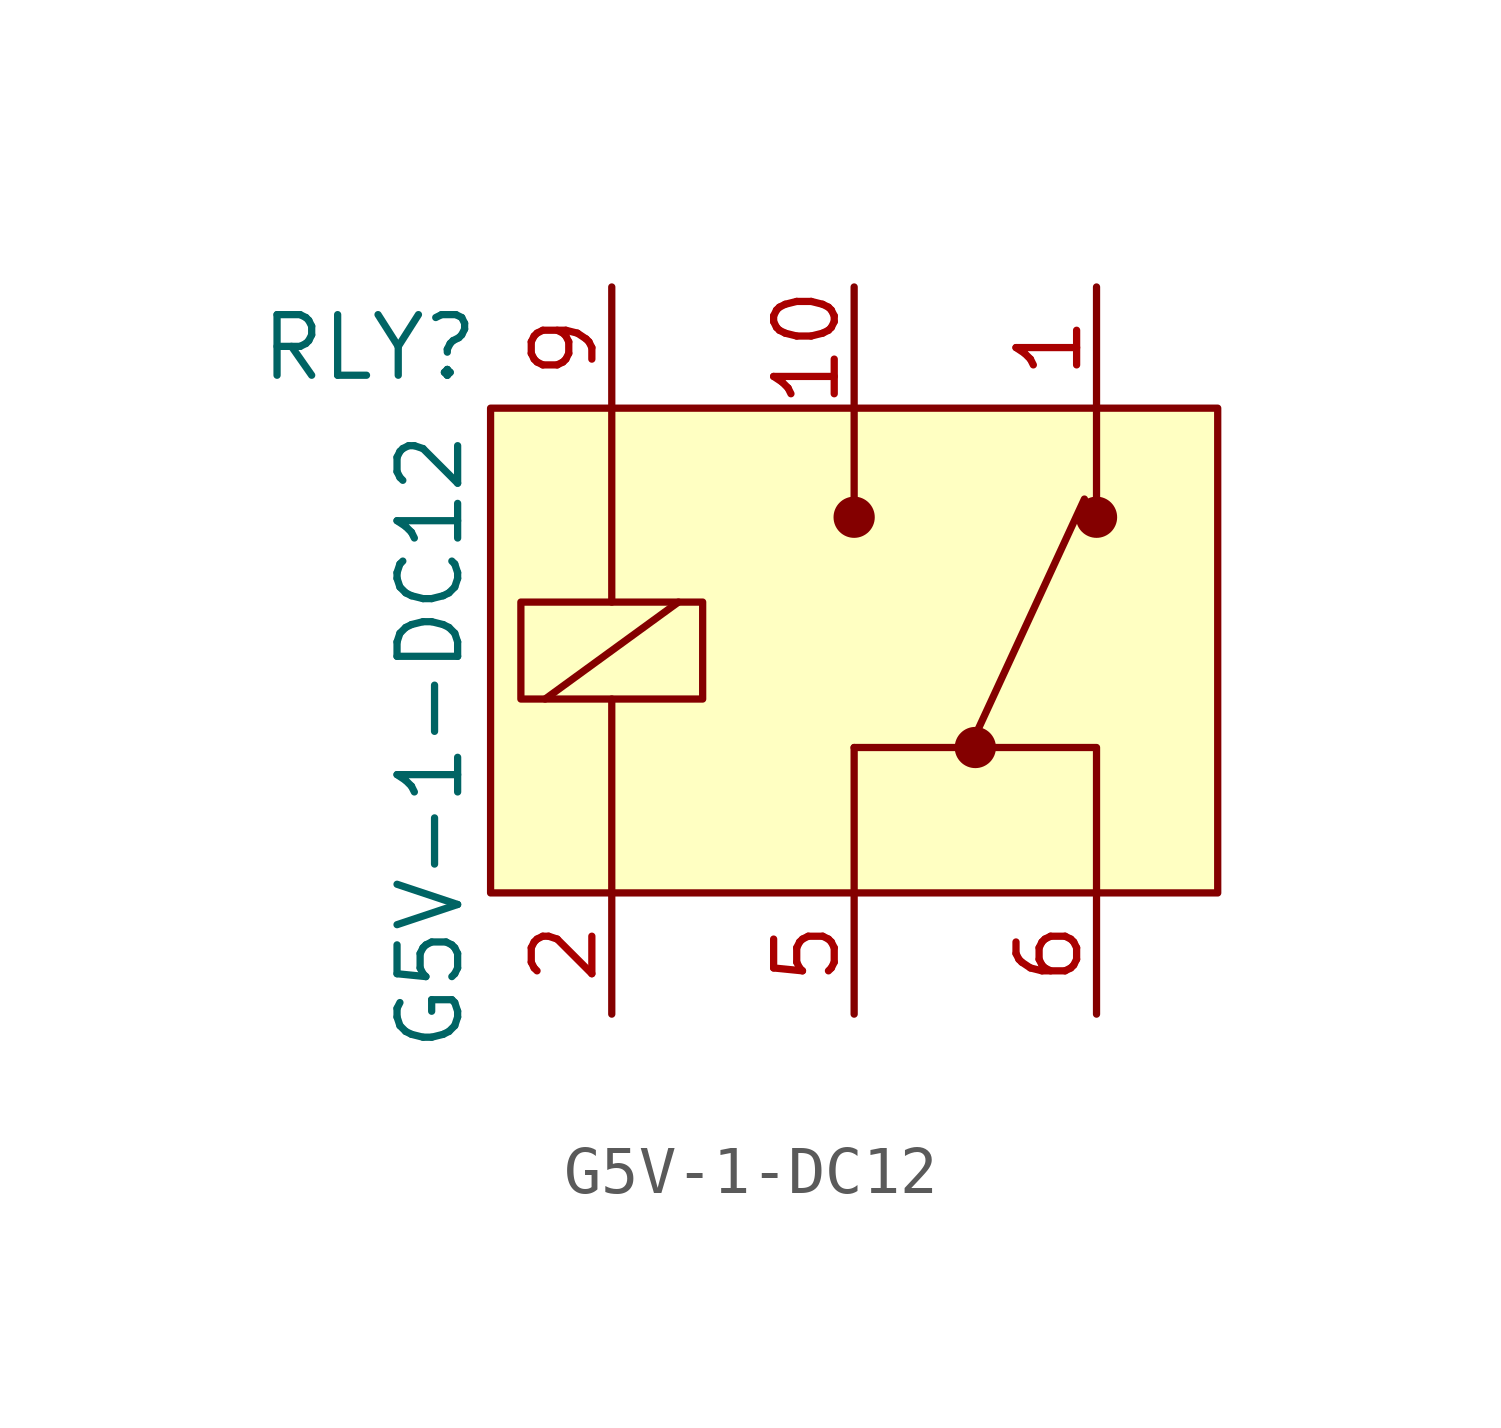
<source format=kicad_sym>
(kicad_symbol_lib
  (version 20211014)
  (generator kicad_symbol_editor)
  (symbol "G5V-1-DC12"
    (pin_names
      (offset 1.016) hide)
    (property "Reference" "RLY"
      (at -10.16 6.35 0)
      (effects (font (size 1.27 1.27))))
    (property "Value" "G5V-1-DC12"
      (at -8.89 -1.905 90)
      (effects (font (size 1.27 1.27))))
    (symbol "G5V-1-DC12_0_1"
      (rectangle (start -7.62 5.08) (end 7.62 -5.08) (stroke (width 0) (type default) (color 0 0 0 0)) (fill (type background)))
      (rectangle (start -6.985 1.016) (end -3.175 -1.016) (stroke (width 0) (type default) (color 0 0 0 0)) (fill (type none)))
      (polyline (pts (xy -6.477 -1.016) (xy -3.683 1.016)) (stroke (width 0) (type default) (color 0 0 0 0)) (fill (type none)))
      (polyline (pts (xy -5.08 -1.016) (xy -5.08 -5.08)) (stroke (width 0) (type default) (color 0 0 0 0)) (fill (type none)))
      (polyline (pts (xy -5.08 1.016) (xy -5.08 5.08)) (stroke (width 0) (type default) (color 0 0 0 0)) (fill (type none)))
      (polyline (pts (xy 0 -5.08) (xy 0 -2.032)) (stroke (width 0) (type default) (color 0 0 0 0)) (fill (type none)))
      (polyline (pts (xy 0 5.08) (xy 0 3.048)) (stroke (width 0) (type default) (color 0 0 0 0)) (fill (type none)))
      (polyline (pts (xy 2.54 -1.778) (xy 4.826 3.175)) (stroke (width 0) (type default) (color 0 0 0 0)) (fill (type none)))
      (polyline (pts (xy 5.08 5.08) (xy 5.08 3.048)) (stroke (width 0) (type default) (color 0 0 0 0)) (fill (type none)))
      (polyline (pts (xy 5.08 -5.08) (xy 5.08 -2.032) (xy 0 -2.032)) (stroke (width 0) (type default) (color 0 0 0 0)) (fill (type none)))
      (circle (center 0 2.794) (radius 0.356) (stroke (width 0) (type default) (color 0 0 0 0)) (fill (type outline)))
      (circle (center 2.54 -2.032) (radius 0.356) (stroke (width 0) (type default) (color 0 0 0 0)) (fill (type outline)))
      (circle (center 5.08 2.794) (radius 0.356) (stroke (width 0) (type default) (color 0 0 0 0)) (fill (type outline))))
    (symbol "G5V-1-DC12_1_1"
      (pin passive line (at 5.08 7.62 270) (length 2.54) (name "NC" (effects (font (size 1.27 1.27)))) (number "1" (effects (font (size 1.27 1.27)))))
      (pin passive line (at 0 7.62 270) (length 2.54) (name "NO" (effects (font (size 1.27 1.27)))) (number "10" (effects (font (size 1.27 1.27)))))
      (pin passive line (at -5.08 -7.62 90) (length 2.54) (name "COIL" (effects (font (size 1.27 1.27)))) (number "2" (effects (font (size 1.27 1.27)))))
      (pin passive line (at 0 -7.62 90) (length 2.54) (name "COM" (effects (font (size 1.27 1.27)))) (number "5" (effects (font (size 1.27 1.27)))))
      (pin passive line (at 5.08 -7.62 90) (length 2.54) (name "COM" (effects (font (size 1.27 1.27)))) (number "6" (effects (font (size 1.27 1.27)))))
      (pin passive line (at -5.08 7.62 270) (length 2.54) (name "COIL" (effects (font (size 1.27 1.27)))) (number "9" (effects (font (size 1.27 1.27))))))))
</source>
